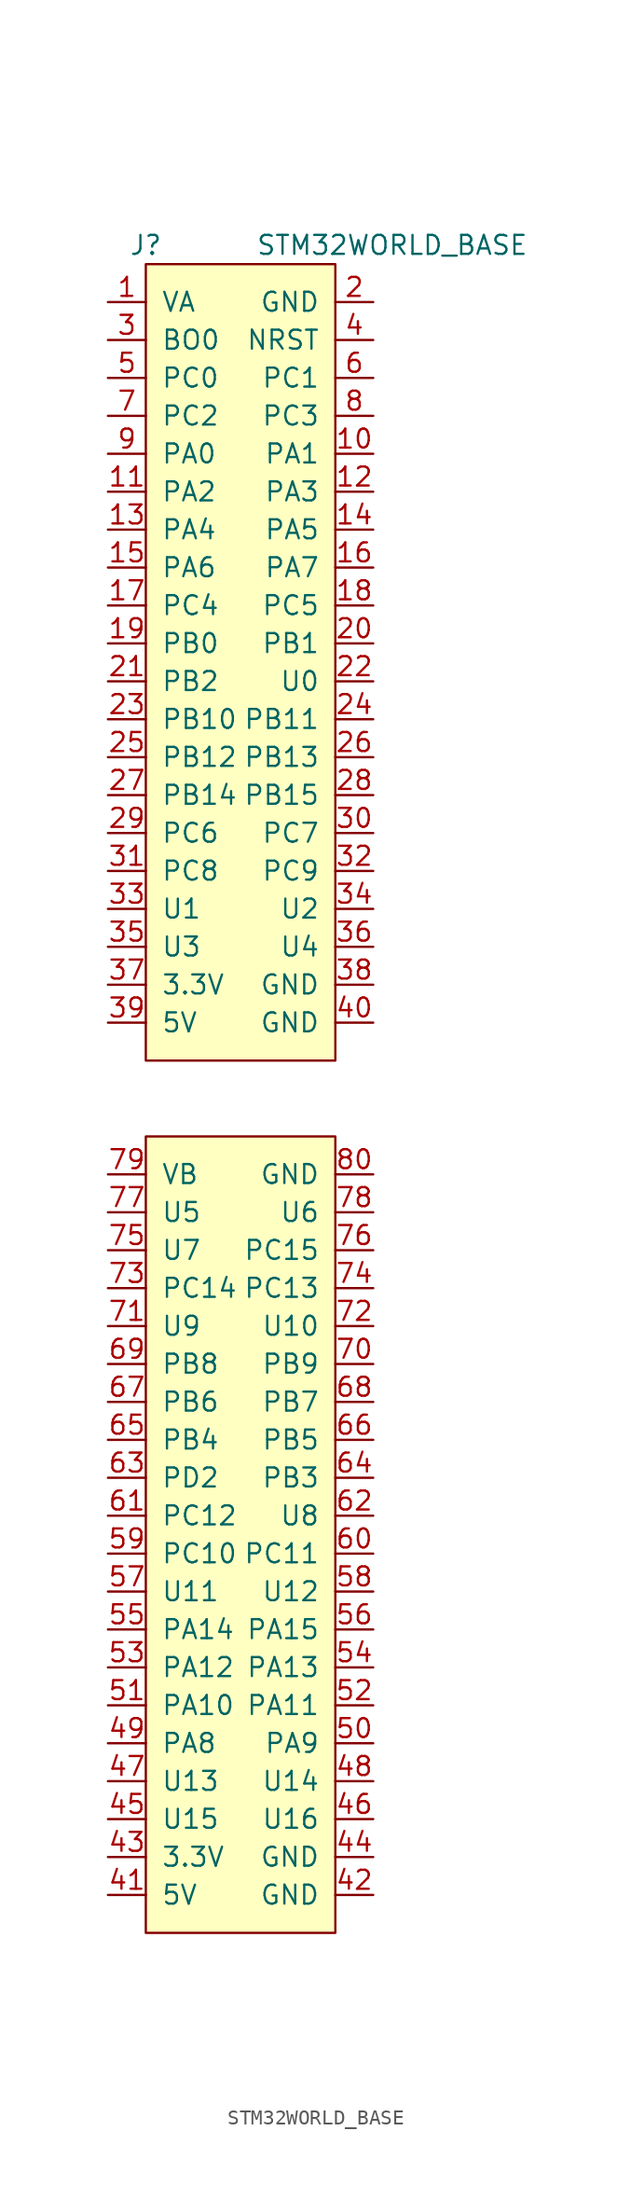
<source format=kicad_sym>
(kicad_symbol_lib
  (version 20241209)
  (generator "kicad_symbol_editor")
  (generator_version "9.0")
  (symbol "STM32WORLD_BASE"
    (pin_names
      (offset 1.016))
    (property "Reference" "J"
      (at -6.35 57.15 0)
      (effects (font (size 1.27 1.27))))
    (property "Value" "STM32WORLD_BASE"
      (at 10.16 57.15 0)
      (effects (font (size 1.27 1.27))))
    (symbol "STM32WORLD_BASE_0_1"
      (rectangle (start -6.35 55.88) (end 6.35 2.54) (stroke (width 0) (type default)) (fill (type background)))
      (rectangle (start 6.35 -2.54) (end -6.35 -55.88) (stroke (width 0) (type default)) (fill (type background))))
    (symbol "STM32WORLD_BASE_1_1"
      (pin passive line (at -8.89 53.34 0) (length 2.54) (name "VA" (effects (font (size 1.27 1.27)))) (number "1" (effects (font (size 1.27 1.27)))))
      (pin passive line (at -8.89 50.8 0) (length 2.54) (name "BO0" (effects (font (size 1.27 1.27)))) (number "3" (effects (font (size 1.27 1.27)))))
      (pin passive line (at -8.89 48.26 0) (length 2.54) (name "PC0" (effects (font (size 1.27 1.27)))) (number "5" (effects (font (size 1.27 1.27)))))
      (pin passive line (at -8.89 45.72 0) (length 2.54) (name "PC2" (effects (font (size 1.27 1.27)))) (number "7" (effects (font (size 1.27 1.27)))))
      (pin passive line (at -8.89 43.18 0) (length 2.54) (name "PA0" (effects (font (size 1.27 1.27)))) (number "9" (effects (font (size 1.27 1.27)))))
      (pin passive line (at -8.89 40.64 0) (length 2.54) (name "PA2" (effects (font (size 1.27 1.27)))) (number "11" (effects (font (size 1.27 1.27)))))
      (pin passive line (at -8.89 38.1 0) (length 2.54) (name "PA4" (effects (font (size 1.27 1.27)))) (number "13" (effects (font (size 1.27 1.27)))))
      (pin passive line (at -8.89 35.56 0) (length 2.54) (name "PA6" (effects (font (size 1.27 1.27)))) (number "15" (effects (font (size 1.27 1.27)))))
      (pin passive line (at -8.89 33.02 0) (length 2.54) (name "PC4" (effects (font (size 1.27 1.27)))) (number "17" (effects (font (size 1.27 1.27)))))
      (pin passive line (at -8.89 30.48 0) (length 2.54) (name "PB0" (effects (font (size 1.27 1.27)))) (number "19" (effects (font (size 1.27 1.27)))))
      (pin passive line (at -8.89 27.94 0) (length 2.54) (name "PB2" (effects (font (size 1.27 1.27)))) (number "21" (effects (font (size 1.27 1.27)))))
      (pin passive line (at -8.89 25.4 0) (length 2.54) (name "PB10" (effects (font (size 1.27 1.27)))) (number "23" (effects (font (size 1.27 1.27)))))
      (pin passive line (at -8.89 22.86 0) (length 2.54) (name "PB12" (effects (font (size 1.27 1.27)))) (number "25" (effects (font (size 1.27 1.27)))))
      (pin passive line (at -8.89 20.32 0) (length 2.54) (name "PB14" (effects (font (size 1.27 1.27)))) (number "27" (effects (font (size 1.27 1.27)))))
      (pin passive line (at -8.89 17.78 0) (length 2.54) (name "PC6" (effects (font (size 1.27 1.27)))) (number "29" (effects (font (size 1.27 1.27)))))
      (pin passive line (at -8.89 15.24 0) (length 2.54) (name "PC8" (effects (font (size 1.27 1.27)))) (number "31" (effects (font (size 1.27 1.27)))))
      (pin passive line (at -8.89 12.7 0) (length 2.54) (name "U1" (effects (font (size 1.27 1.27)))) (number "33" (effects (font (size 1.27 1.27)))))
      (pin passive line (at -8.89 10.16 0) (length 2.54) (name "U3" (effects (font (size 1.27 1.27)))) (number "35" (effects (font (size 1.27 1.27)))))
      (pin passive line (at -8.89 7.62 0) (length 2.54) (name "3.3V" (effects (font (size 1.27 1.27)))) (number "37" (effects (font (size 1.27 1.27)))))
      (pin passive line (at -8.89 5.08 0) (length 2.54) (name "5V" (effects (font (size 1.27 1.27)))) (number "39" (effects (font (size 1.27 1.27)))))
      (pin passive line (at -8.89 -5.08 0) (length 2.54) (name "VB" (effects (font (size 1.27 1.27)))) (number "79" (effects (font (size 1.27 1.27)))))
      (pin passive line (at -8.89 -7.62 0) (length 2.54) (name "U5" (effects (font (size 1.27 1.27)))) (number "77" (effects (font (size 1.27 1.27)))))
      (pin passive line (at -8.89 -10.16 0) (length 2.54) (name "U7" (effects (font (size 1.27 1.27)))) (number "75" (effects (font (size 1.27 1.27)))))
      (pin passive line (at -8.89 -12.7 0) (length 2.54) (name "PC14" (effects (font (size 1.27 1.27)))) (number "73" (effects (font (size 1.27 1.27)))))
      (pin passive line (at -8.89 -15.24 0) (length 2.54) (name "U9" (effects (font (size 1.27 1.27)))) (number "71" (effects (font (size 1.27 1.27)))))
      (pin passive line (at -8.89 -17.78 0) (length 2.54) (name "PB8" (effects (font (size 1.27 1.27)))) (number "69" (effects (font (size 1.27 1.27)))))
      (pin passive line (at -8.89 -20.32 0) (length 2.54) (name "PB6" (effects (font (size 1.27 1.27)))) (number "67" (effects (font (size 1.27 1.27)))))
      (pin passive line (at -8.89 -22.86 0) (length 2.54) (name "PB4" (effects (font (size 1.27 1.27)))) (number "65" (effects (font (size 1.27 1.27)))))
      (pin passive line (at -8.89 -25.4 0) (length 2.54) (name "PD2" (effects (font (size 1.27 1.27)))) (number "63" (effects (font (size 1.27 1.27)))))
      (pin passive line (at -8.89 -27.94 0) (length 2.54) (name "PC12" (effects (font (size 1.27 1.27)))) (number "61" (effects (font (size 1.27 1.27)))))
      (pin passive line (at -8.89 -30.48 0) (length 2.54) (name "PC10" (effects (font (size 1.27 1.27)))) (number "59" (effects (font (size 1.27 1.27)))))
      (pin passive line (at -8.89 -33.02 0) (length 2.54) (name "U11" (effects (font (size 1.27 1.27)))) (number "57" (effects (font (size 1.27 1.27)))))
      (pin passive line (at -8.89 -35.56 0) (length 2.54) (name "PA14" (effects (font (size 1.27 1.27)))) (number "55" (effects (font (size 1.27 1.27)))))
      (pin passive line (at -8.89 -38.1 0) (length 2.54) (name "PA12" (effects (font (size 1.27 1.27)))) (number "53" (effects (font (size 1.27 1.27)))))
      (pin passive line (at -8.89 -40.64 0) (length 2.54) (name "PA10" (effects (font (size 1.27 1.27)))) (number "51" (effects (font (size 1.27 1.27)))))
      (pin passive line (at -8.89 -43.18 0) (length 2.54) (name "PA8" (effects (font (size 1.27 1.27)))) (number "49" (effects (font (size 1.27 1.27)))))
      (pin passive line (at -8.89 -45.72 0) (length 2.54) (name "U13" (effects (font (size 1.27 1.27)))) (number "47" (effects (font (size 1.27 1.27)))))
      (pin passive line (at -8.89 -48.26 0) (length 2.54) (name "U15" (effects (font (size 1.27 1.27)))) (number "45" (effects (font (size 1.27 1.27)))))
      (pin passive line (at -8.89 -50.8 0) (length 2.54) (name "3.3V" (effects (font (size 1.27 1.27)))) (number "43" (effects (font (size 1.27 1.27)))))
      (pin passive line (at -8.89 -53.34 0) (length 2.54) (name "5V" (effects (font (size 1.27 1.27)))) (number "41" (effects (font (size 1.27 1.27)))))
      (pin passive line (at 8.89 53.34 180) (length 2.54) (name "GND" (effects (font (size 1.27 1.27)))) (number "2" (effects (font (size 1.27 1.27)))))
      (pin passive line (at 8.89 50.8 180) (length 2.54) (name "NRST" (effects (font (size 1.27 1.27)))) (number "4" (effects (font (size 1.27 1.27)))))
      (pin passive line (at 8.89 48.26 180) (length 2.54) (name "PC1" (effects (font (size 1.27 1.27)))) (number "6" (effects (font (size 1.27 1.27)))))
      (pin passive line (at 8.89 45.72 180) (length 2.54) (name "PC3" (effects (font (size 1.27 1.27)))) (number "8" (effects (font (size 1.27 1.27)))))
      (pin passive line (at 8.89 43.18 180) (length 2.54) (name "PA1" (effects (font (size 1.27 1.27)))) (number "10" (effects (font (size 1.27 1.27)))))
      (pin passive line (at 8.89 40.64 180) (length 2.54) (name "PA3" (effects (font (size 1.27 1.27)))) (number "12" (effects (font (size 1.27 1.27)))))
      (pin passive line (at 8.89 38.1 180) (length 2.54) (name "PA5" (effects (font (size 1.27 1.27)))) (number "14" (effects (font (size 1.27 1.27)))))
      (pin passive line (at 8.89 35.56 180) (length 2.54) (name "PA7" (effects (font (size 1.27 1.27)))) (number "16" (effects (font (size 1.27 1.27)))))
      (pin passive line (at 8.89 33.02 180) (length 2.54) (name "PC5" (effects (font (size 1.27 1.27)))) (number "18" (effects (font (size 1.27 1.27)))))
      (pin passive line (at 8.89 30.48 180) (length 2.54) (name "PB1" (effects (font (size 1.27 1.27)))) (number "20" (effects (font (size 1.27 1.27)))))
      (pin passive line (at 8.89 27.94 180) (length 2.54) (name "U0" (effects (font (size 1.27 1.27)))) (number "22" (effects (font (size 1.27 1.27)))))
      (pin passive line (at 8.89 25.4 180) (length 2.54) (name "PB11" (effects (font (size 1.27 1.27)))) (number "24" (effects (font (size 1.27 1.27)))))
      (pin passive line (at 8.89 22.86 180) (length 2.54) (name "PB13" (effects (font (size 1.27 1.27)))) (number "26" (effects (font (size 1.27 1.27)))))
      (pin passive line (at 8.89 20.32 180) (length 2.54) (name "PB15" (effects (font (size 1.27 1.27)))) (number "28" (effects (font (size 1.27 1.27)))))
      (pin passive line (at 8.89 17.78 180) (length 2.54) (name "PC7" (effects (font (size 1.27 1.27)))) (number "30" (effects (font (size 1.27 1.27)))))
      (pin passive line (at 8.89 15.24 180) (length 2.54) (name "PC9" (effects (font (size 1.27 1.27)))) (number "32" (effects (font (size 1.27 1.27)))))
      (pin passive line (at 8.89 12.7 180) (length 2.54) (name "U2" (effects (font (size 1.27 1.27)))) (number "34" (effects (font (size 1.27 1.27)))))
      (pin passive line (at 8.89 10.16 180) (length 2.54) (name "U4" (effects (font (size 1.27 1.27)))) (number "36" (effects (font (size 1.27 1.27)))))
      (pin passive line (at 8.89 7.62 180) (length 2.54) (name "GND" (effects (font (size 1.27 1.27)))) (number "38" (effects (font (size 1.27 1.27)))))
      (pin passive line (at 8.89 5.08 180) (length 2.54) (name "GND" (effects (font (size 1.27 1.27)))) (number "40" (effects (font (size 1.27 1.27)))))
      (pin passive line (at 8.89 -5.08 180) (length 2.54) (name "GND" (effects (font (size 1.27 1.27)))) (number "80" (effects (font (size 1.27 1.27)))))
      (pin passive line (at 8.89 -7.62 180) (length 2.54) (name "U6" (effects (font (size 1.27 1.27)))) (number "78" (effects (font (size 1.27 1.27)))))
      (pin passive line (at 8.89 -10.16 180) (length 2.54) (name "PC15" (effects (font (size 1.27 1.27)))) (number "76" (effects (font (size 1.27 1.27)))))
      (pin passive line (at 8.89 -12.7 180) (length 2.54) (name "PC13" (effects (font (size 1.27 1.27)))) (number "74" (effects (font (size 1.27 1.27)))))
      (pin passive line (at 8.89 -15.24 180) (length 2.54) (name "U10" (effects (font (size 1.27 1.27)))) (number "72" (effects (font (size 1.27 1.27)))))
      (pin passive line (at 8.89 -17.78 180) (length 2.54) (name "PB9" (effects (font (size 1.27 1.27)))) (number "70" (effects (font (size 1.27 1.27)))))
      (pin passive line (at 8.89 -20.32 180) (length 2.54) (name "PB7" (effects (font (size 1.27 1.27)))) (number "68" (effects (font (size 1.27 1.27)))))
      (pin passive line (at 8.89 -22.86 180) (length 2.54) (name "PB5" (effects (font (size 1.27 1.27)))) (number "66" (effects (font (size 1.27 1.27)))))
      (pin passive line (at 8.89 -25.4 180) (length 2.54) (name "PB3" (effects (font (size 1.27 1.27)))) (number "64" (effects (font (size 1.27 1.27)))))
      (pin passive line (at 8.89 -27.94 180) (length 2.54) (name "U8" (effects (font (size 1.27 1.27)))) (number "62" (effects (font (size 1.27 1.27)))))
      (pin passive line (at 8.89 -30.48 180) (length 2.54) (name "PC11" (effects (font (size 1.27 1.27)))) (number "60" (effects (font (size 1.27 1.27)))))
      (pin passive line (at 8.89 -33.02 180) (length 2.54) (name "U12" (effects (font (size 1.27 1.27)))) (number "58" (effects (font (size 1.27 1.27)))))
      (pin passive line (at 8.89 -35.56 180) (length 2.54) (name "PA15" (effects (font (size 1.27 1.27)))) (number "56" (effects (font (size 1.27 1.27)))))
      (pin passive line (at 8.89 -38.1 180) (length 2.54) (name "PA13" (effects (font (size 1.27 1.27)))) (number "54" (effects (font (size 1.27 1.27)))))
      (pin passive line (at 8.89 -40.64 180) (length 2.54) (name "PA11" (effects (font (size 1.27 1.27)))) (number "52" (effects (font (size 1.27 1.27)))))
      (pin passive line (at 8.89 -43.18 180) (length 2.54) (name "PA9" (effects (font (size 1.27 1.27)))) (number "50" (effects (font (size 1.27 1.27)))))
      (pin passive line (at 8.89 -45.72 180) (length 2.54) (name "U14" (effects (font (size 1.27 1.27)))) (number "48" (effects (font (size 1.27 1.27)))))
      (pin passive line (at 8.89 -48.26 180) (length 2.54) (name "U16" (effects (font (size 1.27 1.27)))) (number "46" (effects (font (size 1.27 1.27)))))
      (pin passive line (at 8.89 -50.8 180) (length 2.54) (name "GND" (effects (font (size 1.27 1.27)))) (number "44" (effects (font (size 1.27 1.27)))))
      (pin passive line (at 8.89 -53.34 180) (length 2.54) (name "GND" (effects (font (size 1.27 1.27)))) (number "42" (effects (font (size 1.27 1.27))))))))
</source>
